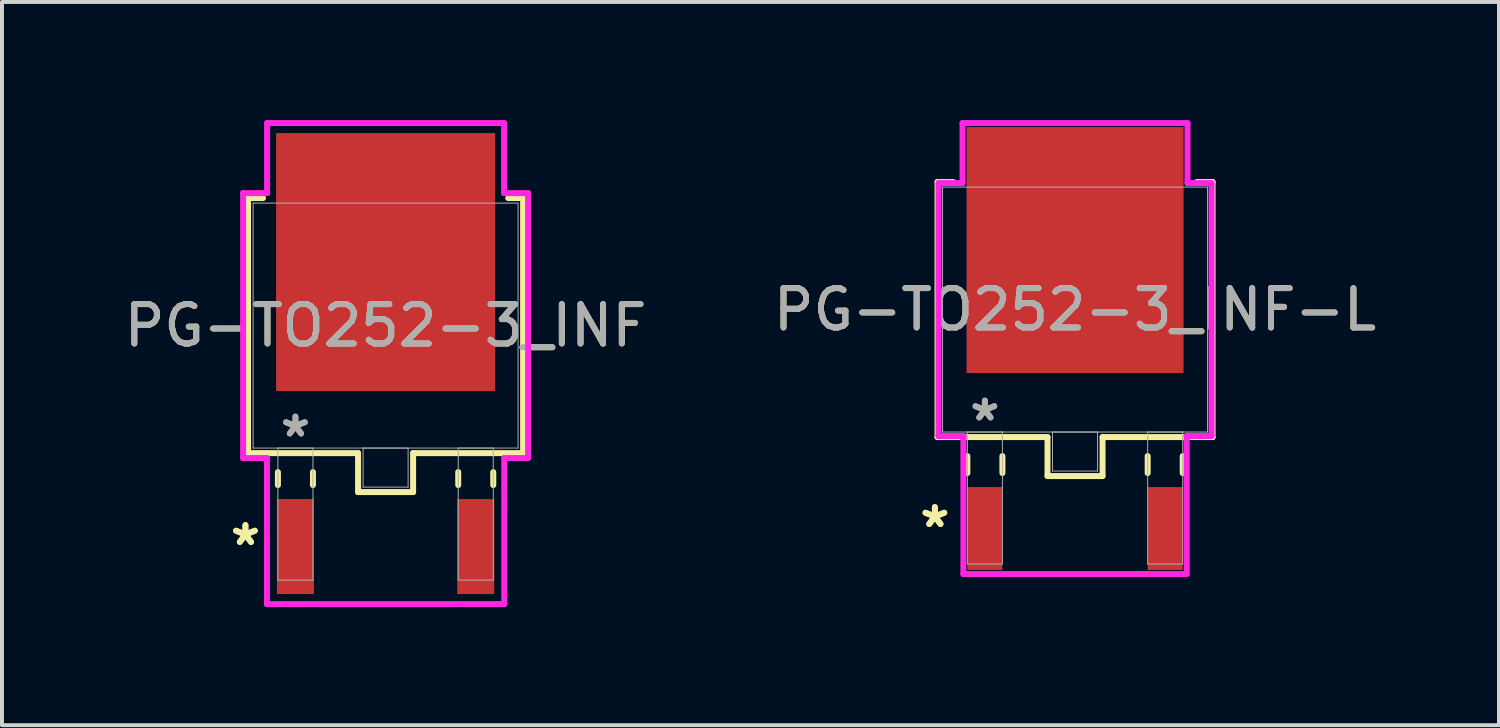
<source format=kicad_pcb>
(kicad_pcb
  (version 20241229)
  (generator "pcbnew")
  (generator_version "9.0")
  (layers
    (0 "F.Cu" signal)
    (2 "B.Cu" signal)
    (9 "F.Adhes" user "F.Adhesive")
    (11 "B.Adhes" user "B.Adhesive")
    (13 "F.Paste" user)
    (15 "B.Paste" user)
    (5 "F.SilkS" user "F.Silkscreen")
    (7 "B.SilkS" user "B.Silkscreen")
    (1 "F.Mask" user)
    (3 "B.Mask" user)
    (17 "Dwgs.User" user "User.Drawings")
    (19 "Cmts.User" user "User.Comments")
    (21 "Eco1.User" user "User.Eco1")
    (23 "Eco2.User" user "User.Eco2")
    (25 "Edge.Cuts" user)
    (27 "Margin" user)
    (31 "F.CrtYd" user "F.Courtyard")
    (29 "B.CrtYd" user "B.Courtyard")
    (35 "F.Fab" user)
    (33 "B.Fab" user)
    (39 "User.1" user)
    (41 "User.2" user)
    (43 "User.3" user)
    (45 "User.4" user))
  (footprint "PG-TO252-3_INF-L"
    (layer "F.Cu")
    (at 24.256 4.813)
    (property "Reference" "PG-TO252-3_INF-L" (at 0 0 0) (unlocked yes) (layer "F.SilkS") (effects (font (size 1 1) (thickness 0.15))))
    (attr smd)
    (fp_line (start -3.493 -3.239) (end -3.493 3.239) (stroke (width 0.152) (type solid)) (layer "F.SilkS"))
    (fp_line (start -3.493 3.239) (end -0.699 3.239) (stroke (width 0.152) (type solid)) (layer "F.SilkS"))
    (fp_line (start -3.089 -3.239) (end -3.493 -3.239) (stroke (width 0.152) (type solid)) (layer "F.SilkS"))
    (fp_line (start -2.735 3.721) (end -2.735 4.153) (stroke (width 0.152) (type solid)) (layer "F.SilkS"))
    (fp_line (start -1.845 3.721) (end -1.845 4.153) (stroke (width 0.152) (type solid)) (layer "F.SilkS"))
    (fp_line (start -0.699 3.239) (end -0.699 4.229) (stroke (width 0.152) (type solid)) (layer "F.SilkS"))
    (fp_line (start -0.699 4.229) (end 0.699 4.229) (stroke (width 0.152) (type solid)) (layer "F.SilkS"))
    (fp_line (start 0.699 3.239) (end 3.493 3.239) (stroke (width 0.152) (type solid)) (layer "F.SilkS"))
    (fp_line (start 0.699 4.229) (end 0.699 3.239) (stroke (width 0.152) (type solid)) (layer "F.SilkS"))
    (fp_line (start 1.845 3.721) (end 1.845 4.153) (stroke (width 0.152) (type solid)) (layer "F.SilkS"))
    (fp_line (start 2.735 3.721) (end 2.735 4.153) (stroke (width 0.152) (type solid)) (layer "F.SilkS"))
    (fp_line (start 3.493 -3.239) (end 3.089 -3.239) (stroke (width 0.152) (type solid)) (layer "F.SilkS"))
    (fp_line (start 3.493 3.239) (end 3.493 -3.239) (stroke (width 0.152) (type solid)) (layer "F.SilkS"))
    (fp_line (start -3.467 -3.213) (end -2.857 -3.213) (stroke (width 0.152) (type solid)) (layer "F.CrtYd"))
    (fp_line (start -3.467 3.213) (end -3.467 -3.213) (stroke (width 0.152) (type solid)) (layer "F.CrtYd"))
    (fp_line (start -2.857 -4.737) (end 2.857 -4.737) (stroke (width 0.152) (type solid)) (layer "F.CrtYd"))
    (fp_line (start -2.857 -3.213) (end -2.857 -4.737) (stroke (width 0.152) (type solid)) (layer "F.CrtYd"))
    (fp_line (start -2.836 3.213) (end -3.467 3.213) (stroke (width 0.152) (type solid)) (layer "F.CrtYd"))
    (fp_line (start -2.836 6.718) (end -2.836 3.213) (stroke (width 0.152) (type solid)) (layer "F.CrtYd"))
    (fp_line (start 2.836 3.213) (end 2.836 6.718) (stroke (width 0.152) (type solid)) (layer "F.CrtYd"))
    (fp_line (start 2.836 6.718) (end -2.836 6.718) (stroke (width 0.152) (type solid)) (layer "F.CrtYd"))
    (fp_line (start 2.857 -4.737) (end 2.857 -3.213) (stroke (width 0.152) (type solid)) (layer "F.CrtYd"))
    (fp_line (start 2.857 -3.213) (end 3.467 -3.213) (stroke (width 0.152) (type solid)) (layer "F.CrtYd"))
    (fp_line (start 3.467 -3.213) (end 3.467 3.213) (stroke (width 0.152) (type solid)) (layer "F.CrtYd"))
    (fp_line (start 3.467 3.213) (end 2.836 3.213) (stroke (width 0.152) (type solid)) (layer "F.CrtYd"))
    (fp_line (start -3.365 -3.111) (end -3.365 3.111) (stroke (width 0.025) (type solid)) (layer "F.Fab"))
    (fp_line (start -3.365 3.111) (end 3.365 3.111) (stroke (width 0.025) (type solid)) (layer "F.Fab"))
    (fp_line (start -2.735 3.111) (end -2.735 6.464) (stroke (width 0.025) (type solid)) (layer "F.Fab"))
    (fp_line (start -2.735 6.464) (end -1.845 6.464) (stroke (width 0.025) (type solid)) (layer "F.Fab"))
    (fp_line (start -1.845 3.111) (end -2.735 3.111) (stroke (width 0.025) (type solid)) (layer "F.Fab"))
    (fp_line (start -1.845 6.464) (end -1.845 3.111) (stroke (width 0.025) (type solid)) (layer "F.Fab"))
    (fp_line (start -0.572 3.111) (end -0.572 4.102) (stroke (width 0.025) (type solid)) (layer "F.Fab"))
    (fp_line (start -0.572 4.102) (end 0.572 4.102) (stroke (width 0.025) (type solid)) (layer "F.Fab"))
    (fp_line (start 0.572 3.111) (end -0.572 3.111) (stroke (width 0.025) (type solid)) (layer "F.Fab"))
    (fp_line (start 0.572 4.102) (end 0.572 3.111) (stroke (width 0.025) (type solid)) (layer "F.Fab"))
    (fp_line (start 1.845 3.111) (end 1.845 6.464) (stroke (width 0.025) (type solid)) (layer "F.Fab"))
    (fp_line (start 1.845 6.464) (end 2.735 6.464) (stroke (width 0.025) (type solid)) (layer "F.Fab"))
    (fp_line (start 2.735 3.111) (end 1.845 3.111) (stroke (width 0.025) (type solid)) (layer "F.Fab"))
    (fp_line (start 2.735 6.464) (end 2.735 3.111) (stroke (width 0.025) (type solid)) (layer "F.Fab"))
    (fp_line (start 3.365 -3.111) (end -3.365 -3.111) (stroke (width 0.025) (type solid)) (layer "F.Fab"))
    (fp_line (start 3.365 3.111) (end 3.365 -3.111) (stroke (width 0.025) (type solid)) (layer "F.Fab"))
    (fp_text user "*" (at -3.56 5.563 0) (unlocked yes) (layer "F.SilkS") (effects (font (size 1 1) (thickness 0.15))))
    (fp_text user "*" (at -3.56 5.563 0) (layer "F.SilkS") (effects (font (size 1 1) (thickness 0.15))))
    (fp_text user "${REFERENCE}" (at 0 0 0) (unlocked yes) (layer "F.Fab") (effects (font (size 1 1) (thickness 0.15))))
    (fp_text user "*" (at -2.29 2.857 0) (unlocked yes) (layer "F.Fab") (effects (font (size 1 1) (thickness 0.15))))
    (fp_text user "*" (at -2.29 2.857 0) (layer "F.Fab") (effects (font (size 1 1) (thickness 0.15))))
    (pad "1" smd rect (at -2.29 5.563) (size 0.889 2.108) (layers "F.Cu" "F.Mask" "F.Paste"))
    (pad "2" smd rect (at 0 -1.511) (size 5.512 6.248) (layers "F.Cu" "F.Mask" "F.Paste"))
    (pad "3" smd rect (at 2.29 5.563) (size 0.889 2.108) (layers "F.Cu" "F.Mask" "F.Paste")))
  (footprint "PG-TO252-3_INF"
    (layer "F.Cu")
    (at 6.744 5.22)
    (property "Reference" "PG-TO252-3_INF" (at 0 0 0) (unlocked yes) (layer "F.SilkS") (effects (font (size 1 1) (thickness 0.15))))
    (attr smd)
    (fp_line (start -3.493 -3.239) (end -3.493 3.239) (stroke (width 0.152) (type solid)) (layer "F.SilkS"))
    (fp_line (start -3.493 3.239) (end -0.699 3.239) (stroke (width 0.152) (type solid)) (layer "F.SilkS"))
    (fp_line (start -3.114 -3.239) (end -3.493 -3.239) (stroke (width 0.152) (type solid)) (layer "F.SilkS"))
    (fp_line (start -2.735 3.721) (end -2.735 4.051) (stroke (width 0.152) (type solid)) (layer "F.SilkS"))
    (fp_line (start -1.845 3.721) (end -1.845 4.051) (stroke (width 0.152) (type solid)) (layer "F.SilkS"))
    (fp_line (start -0.699 3.239) (end -0.699 4.229) (stroke (width 0.152) (type solid)) (layer "F.SilkS"))
    (fp_line (start -0.699 4.229) (end 0.699 4.229) (stroke (width 0.152) (type solid)) (layer "F.SilkS"))
    (fp_line (start 0.699 3.239) (end 3.493 3.239) (stroke (width 0.152) (type solid)) (layer "F.SilkS"))
    (fp_line (start 0.699 4.229) (end 0.699 3.239) (stroke (width 0.152) (type solid)) (layer "F.SilkS"))
    (fp_line (start 1.845 3.721) (end 1.845 4.051) (stroke (width 0.152) (type solid)) (layer "F.SilkS"))
    (fp_line (start 2.735 3.721) (end 2.735 4.051) (stroke (width 0.152) (type solid)) (layer "F.SilkS"))
    (fp_line (start 3.493 -3.239) (end 3.114 -3.239) (stroke (width 0.152) (type solid)) (layer "F.SilkS"))
    (fp_line (start 3.493 3.239) (end 3.493 -3.239) (stroke (width 0.152) (type solid)) (layer "F.SilkS"))
    (fp_line (start -3.619 -3.365) (end -3.01 -3.365) (stroke (width 0.152) (type solid)) (layer "F.CrtYd"))
    (fp_line (start -3.619 3.365) (end -3.619 -3.365) (stroke (width 0.152) (type solid)) (layer "F.CrtYd"))
    (fp_line (start -3.014 3.365) (end -3.619 3.365) (stroke (width 0.152) (type solid)) (layer "F.CrtYd"))
    (fp_line (start -3.014 7.074) (end -3.014 3.365) (stroke (width 0.152) (type solid)) (layer "F.CrtYd"))
    (fp_line (start -3.01 -5.144) (end 3.01 -5.144) (stroke (width 0.152) (type solid)) (layer "F.CrtYd"))
    (fp_line (start -3.01 -3.365) (end -3.01 -5.144) (stroke (width 0.152) (type solid)) (layer "F.CrtYd"))
    (fp_line (start 3.01 -5.144) (end 3.01 -3.365) (stroke (width 0.152) (type solid)) (layer "F.CrtYd"))
    (fp_line (start 3.01 -3.365) (end 3.619 -3.365) (stroke (width 0.152) (type solid)) (layer "F.CrtYd"))
    (fp_line (start 3.014 3.365) (end 3.014 7.074) (stroke (width 0.152) (type solid)) (layer "F.CrtYd"))
    (fp_line (start 3.014 7.074) (end -3.014 7.074) (stroke (width 0.152) (type solid)) (layer "F.CrtYd"))
    (fp_line (start 3.619 -3.365) (end 3.619 3.365) (stroke (width 0.152) (type solid)) (layer "F.CrtYd"))
    (fp_line (start 3.619 3.365) (end 3.014 3.365) (stroke (width 0.152) (type solid)) (layer "F.CrtYd"))
    (fp_line (start -3.365 -3.111) (end -3.365 3.111) (stroke (width 0.025) (type solid)) (layer "F.Fab"))
    (fp_line (start -3.365 3.111) (end 3.365 3.111) (stroke (width 0.025) (type solid)) (layer "F.Fab"))
    (fp_line (start -2.735 3.111) (end -2.735 6.464) (stroke (width 0.025) (type solid)) (layer "F.Fab"))
    (fp_line (start -2.735 6.464) (end -1.845 6.464) (stroke (width 0.025) (type solid)) (layer "F.Fab"))
    (fp_line (start -1.845 3.111) (end -2.735 3.111) (stroke (width 0.025) (type solid)) (layer "F.Fab"))
    (fp_line (start -1.845 6.464) (end -1.845 3.111) (stroke (width 0.025) (type solid)) (layer "F.Fab"))
    (fp_line (start -0.572 3.111) (end -0.572 4.102) (stroke (width 0.025) (type solid)) (layer "F.Fab"))
    (fp_line (start -0.572 4.102) (end 0.572 4.102) (stroke (width 0.025) (type solid)) (layer "F.Fab"))
    (fp_line (start 0.572 3.111) (end -0.572 3.111) (stroke (width 0.025) (type solid)) (layer "F.Fab"))
    (fp_line (start 0.572 4.102) (end 0.572 3.111) (stroke (width 0.025) (type solid)) (layer "F.Fab"))
    (fp_line (start 1.845 3.111) (end 1.845 6.464) (stroke (width 0.025) (type solid)) (layer "F.Fab"))
    (fp_line (start 1.845 6.464) (end 2.735 6.464) (stroke (width 0.025) (type solid)) (layer "F.Fab"))
    (fp_line (start 2.735 3.111) (end 1.845 3.111) (stroke (width 0.025) (type solid)) (layer "F.Fab"))
    (fp_line (start 2.735 6.464) (end 2.735 3.111) (stroke (width 0.025) (type solid)) (layer "F.Fab"))
    (fp_line (start 3.365 -3.111) (end -3.365 -3.111) (stroke (width 0.025) (type solid)) (layer "F.Fab"))
    (fp_line (start 3.365 3.111) (end 3.365 -3.111) (stroke (width 0.025) (type solid)) (layer "F.Fab"))
    (fp_text user "*" (at -3.56 5.613 0) (layer "F.SilkS") (effects (font (size 1 1) (thickness 0.15))))
    (fp_text user "*" (at -3.56 5.613 0) (unlocked yes) (layer "F.SilkS") (effects (font (size 1 1) (thickness 0.15))))
    (fp_text user "*" (at -2.29 2.857 0) (unlocked yes) (layer "F.Fab") (effects (font (size 1 1) (thickness 0.15))))
    (fp_text user "*" (at -2.29 2.857 0) (layer "F.Fab") (effects (font (size 1 1) (thickness 0.15))))
    (fp_text user "${REFERENCE}" (at 0 0 0) (unlocked yes) (layer "F.Fab") (effects (font (size 1 1) (thickness 0.15))))
    (pad "1" smd rect (at -2.29 5.613) (size 0.94 2.413) (layers "F.Cu" "F.Mask" "F.Paste"))
    (pad "2" smd rect (at 0 -1.613) (size 5.563 6.553) (layers "F.Cu" "F.Mask" "F.Paste"))
    (pad "3" smd rect (at 2.29 5.613) (size 0.94 2.413) (layers "F.Cu" "F.Mask" "F.Paste")))
  (gr_rect
    (start -3 -3)
    (end 35.024 15.37)
    (stroke (width 0.1) (type default))
    (fill no)
    (layer "Edge.Cuts")))
</source>
